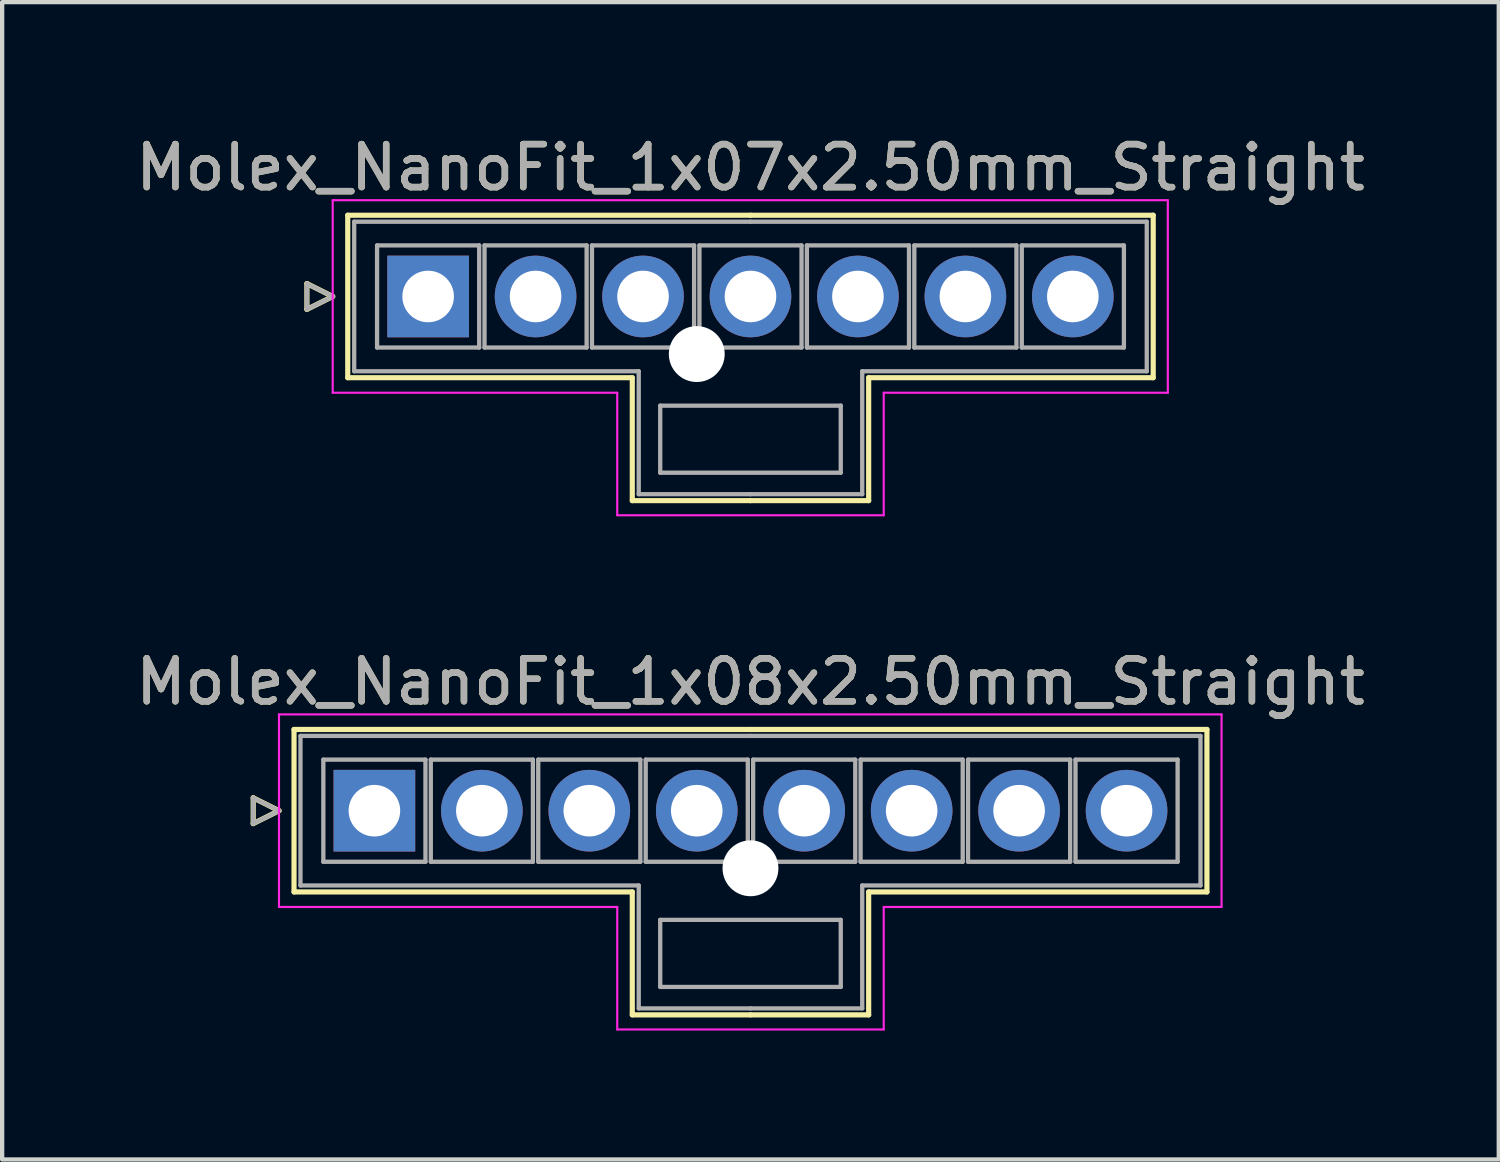
<source format=kicad_pcb>
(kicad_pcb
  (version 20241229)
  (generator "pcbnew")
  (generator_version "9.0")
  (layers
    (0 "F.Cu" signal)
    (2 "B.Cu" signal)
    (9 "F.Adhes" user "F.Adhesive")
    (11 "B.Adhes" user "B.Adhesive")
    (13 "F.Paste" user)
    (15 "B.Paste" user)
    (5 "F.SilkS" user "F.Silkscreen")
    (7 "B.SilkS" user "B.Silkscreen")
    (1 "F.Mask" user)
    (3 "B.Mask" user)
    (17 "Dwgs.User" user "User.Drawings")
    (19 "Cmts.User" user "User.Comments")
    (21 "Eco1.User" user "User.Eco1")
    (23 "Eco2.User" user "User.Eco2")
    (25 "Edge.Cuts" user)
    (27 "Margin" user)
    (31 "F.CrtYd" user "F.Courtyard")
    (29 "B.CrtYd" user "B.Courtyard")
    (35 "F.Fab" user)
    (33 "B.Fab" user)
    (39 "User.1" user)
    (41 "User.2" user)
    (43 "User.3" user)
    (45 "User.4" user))
  (footprint "Molex_NanoFit_1x08x2.50mm_Straight"
    (layer "F.Cu")
    (at 5.661 15.812)
    (property "Reference" "Molex_NanoFit_1x08x2.50mm_Straight" (at 8.75 -3 0) (layer "F.SilkS") (effects (font (size 1 1) (thickness 0.15))))
    (attr through_hole)
    (fp_line (start -2.82 -0.3) (end -2.22 0) (stroke (width 0.12) (type solid)) (layer "F.SilkS"))
    (fp_line (start -2.82 0.3) (end -2.82 -0.3) (stroke (width 0.12) (type solid)) (layer "F.SilkS"))
    (fp_line (start -2.22 0) (end -2.82 0.3) (stroke (width 0.12) (type solid)) (layer "F.SilkS"))
    (fp_line (start -1.87 -1.89) (end -1.87 1.89) (stroke (width 0.12) (type solid)) (layer "F.SilkS"))
    (fp_line (start -1.87 1.89) (end 6 1.89) (stroke (width 0.12) (type solid)) (layer "F.SilkS"))
    (fp_line (start 6 1.89) (end 6 4.75) (stroke (width 0.12) (type solid)) (layer "F.SilkS"))
    (fp_line (start 6 4.75) (end 8.75 4.75) (stroke (width 0.12) (type solid)) (layer "F.SilkS"))
    (fp_line (start 8.75 -1.89) (end -1.87 -1.89) (stroke (width 0.12) (type solid)) (layer "F.SilkS"))
    (fp_line (start 8.75 -1.89) (end 19.37 -1.89) (stroke (width 0.12) (type solid)) (layer "F.SilkS"))
    (fp_line (start 11.5 1.89) (end 11.5 4.75) (stroke (width 0.12) (type solid)) (layer "F.SilkS"))
    (fp_line (start 11.5 4.75) (end 8.75 4.75) (stroke (width 0.12) (type solid)) (layer "F.SilkS"))
    (fp_line (start 19.37 -1.89) (end 19.37 1.89) (stroke (width 0.12) (type solid)) (layer "F.SilkS"))
    (fp_line (start 19.37 1.89) (end 11.5 1.89) (stroke (width 0.12) (type solid)) (layer "F.SilkS"))
    (fp_line (start -2.22 -2.24) (end -2.22 2.24) (stroke (width 0.05) (type solid)) (layer "F.CrtYd"))
    (fp_line (start -2.22 2.24) (end 5.65 2.24) (stroke (width 0.05) (type solid)) (layer "F.CrtYd"))
    (fp_line (start 5.65 2.24) (end 5.65 5.09) (stroke (width 0.05) (type solid)) (layer "F.CrtYd"))
    (fp_line (start 5.65 5.09) (end 11.85 5.09) (stroke (width 0.05) (type solid)) (layer "F.CrtYd"))
    (fp_line (start 11.85 2.24) (end 19.71 2.24) (stroke (width 0.05) (type solid)) (layer "F.CrtYd"))
    (fp_line (start 11.85 5.09) (end 11.85 2.24) (stroke (width 0.05) (type solid)) (layer "F.CrtYd"))
    (fp_line (start 19.71 -2.24) (end -2.22 -2.24) (stroke (width 0.05) (type solid)) (layer "F.CrtYd"))
    (fp_line (start 19.71 2.24) (end 19.71 -2.24) (stroke (width 0.05) (type solid)) (layer "F.CrtYd"))
    (fp_line (start -2.82 -0.3) (end -2.22 0) (stroke (width 0.1) (type solid)) (layer "F.Fab"))
    (fp_line (start -2.82 0.3) (end -2.82 -0.3) (stroke (width 0.1) (type solid)) (layer "F.Fab"))
    (fp_line (start -2.22 0) (end -2.82 0.3) (stroke (width 0.1) (type solid)) (layer "F.Fab"))
    (fp_line (start -1.72 -1.74) (end -1.72 1.74) (stroke (width 0.1) (type solid)) (layer "F.Fab"))
    (fp_line (start -1.72 1.74) (end 6.15 1.74) (stroke (width 0.1) (type solid)) (layer "F.Fab"))
    (fp_line (start -1.188 -1.188) (end -1.188 1.188) (stroke (width 0.1) (type solid)) (layer "F.Fab"))
    (fp_line (start -1.188 1.188) (end 1.188 1.188) (stroke (width 0.1) (type solid)) (layer "F.Fab"))
    (fp_line (start 1.188 -1.188) (end -1.188 -1.188) (stroke (width 0.1) (type solid)) (layer "F.Fab"))
    (fp_line (start 1.188 1.188) (end 1.188 -1.188) (stroke (width 0.1) (type solid)) (layer "F.Fab"))
    (fp_line (start 1.312 -1.188) (end 1.312 1.188) (stroke (width 0.1) (type solid)) (layer "F.Fab"))
    (fp_line (start 1.312 1.188) (end 3.688 1.188) (stroke (width 0.1) (type solid)) (layer "F.Fab"))
    (fp_line (start 3.688 -1.188) (end 1.312 -1.188) (stroke (width 0.1) (type solid)) (layer "F.Fab"))
    (fp_line (start 3.688 1.188) (end 3.688 -1.188) (stroke (width 0.1) (type solid)) (layer "F.Fab"))
    (fp_line (start 3.812 -1.188) (end 3.812 1.188) (stroke (width 0.1) (type solid)) (layer "F.Fab"))
    (fp_line (start 3.812 1.188) (end 6.188 1.188) (stroke (width 0.1) (type solid)) (layer "F.Fab"))
    (fp_line (start 6.15 1.74) (end 6.15 4.6) (stroke (width 0.1) (type solid)) (layer "F.Fab"))
    (fp_line (start 6.15 4.6) (end 8.75 4.6) (stroke (width 0.1) (type solid)) (layer "F.Fab"))
    (fp_line (start 6.188 -1.188) (end 3.812 -1.188) (stroke (width 0.1) (type solid)) (layer "F.Fab"))
    (fp_line (start 6.188 1.188) (end 6.188 -1.188) (stroke (width 0.1) (type solid)) (layer "F.Fab"))
    (fp_line (start 6.312 -1.188) (end 6.312 1.188) (stroke (width 0.1) (type solid)) (layer "F.Fab"))
    (fp_line (start 6.312 1.188) (end 8.688 1.188) (stroke (width 0.1) (type solid)) (layer "F.Fab"))
    (fp_line (start 6.65 2.54) (end 6.65 4.1) (stroke (width 0.1) (type solid)) (layer "F.Fab"))
    (fp_line (start 6.65 4.1) (end 10.85 4.1) (stroke (width 0.1) (type solid)) (layer "F.Fab"))
    (fp_line (start 8.688 -1.188) (end 6.312 -1.188) (stroke (width 0.1) (type solid)) (layer "F.Fab"))
    (fp_line (start 8.688 1.188) (end 8.688 -1.188) (stroke (width 0.1) (type solid)) (layer "F.Fab"))
    (fp_line (start 8.75 -1.74) (end -1.72 -1.74) (stroke (width 0.1) (type solid)) (layer "F.Fab"))
    (fp_line (start 8.75 -1.74) (end 19.22 -1.74) (stroke (width 0.1) (type solid)) (layer "F.Fab"))
    (fp_line (start 8.812 -1.188) (end 8.812 1.188) (stroke (width 0.1) (type solid)) (layer "F.Fab"))
    (fp_line (start 8.812 1.188) (end 11.188 1.188) (stroke (width 0.1) (type solid)) (layer "F.Fab"))
    (fp_line (start 10.85 2.54) (end 6.65 2.54) (stroke (width 0.1) (type solid)) (layer "F.Fab"))
    (fp_line (start 10.85 4.1) (end 10.85 2.54) (stroke (width 0.1) (type solid)) (layer "F.Fab"))
    (fp_line (start 11.188 -1.188) (end 8.812 -1.188) (stroke (width 0.1) (type solid)) (layer "F.Fab"))
    (fp_line (start 11.188 1.188) (end 11.188 -1.188) (stroke (width 0.1) (type solid)) (layer "F.Fab"))
    (fp_line (start 11.312 -1.188) (end 11.312 1.188) (stroke (width 0.1) (type solid)) (layer "F.Fab"))
    (fp_line (start 11.312 1.188) (end 13.688 1.188) (stroke (width 0.1) (type solid)) (layer "F.Fab"))
    (fp_line (start 11.35 1.74) (end 11.35 4.6) (stroke (width 0.1) (type solid)) (layer "F.Fab"))
    (fp_line (start 11.35 4.6) (end 8.75 4.6) (stroke (width 0.1) (type solid)) (layer "F.Fab"))
    (fp_line (start 13.688 -1.188) (end 11.312 -1.188) (stroke (width 0.1) (type solid)) (layer "F.Fab"))
    (fp_line (start 13.688 1.188) (end 13.688 -1.188) (stroke (width 0.1) (type solid)) (layer "F.Fab"))
    (fp_line (start 13.812 -1.188) (end 13.812 1.188) (stroke (width 0.1) (type solid)) (layer "F.Fab"))
    (fp_line (start 13.812 1.188) (end 16.188 1.188) (stroke (width 0.1) (type solid)) (layer "F.Fab"))
    (fp_line (start 16.188 -1.188) (end 13.812 -1.188) (stroke (width 0.1) (type solid)) (layer "F.Fab"))
    (fp_line (start 16.188 1.188) (end 16.188 -1.188) (stroke (width 0.1) (type solid)) (layer "F.Fab"))
    (fp_line (start 16.312 -1.188) (end 16.312 1.188) (stroke (width 0.1) (type solid)) (layer "F.Fab"))
    (fp_line (start 16.312 1.188) (end 18.688 1.188) (stroke (width 0.1) (type solid)) (layer "F.Fab"))
    (fp_line (start 18.688 -1.188) (end 16.312 -1.188) (stroke (width 0.1) (type solid)) (layer "F.Fab"))
    (fp_line (start 18.688 1.188) (end 18.688 -1.188) (stroke (width 0.1) (type solid)) (layer "F.Fab"))
    (fp_line (start 19.22 -1.74) (end 19.22 1.74) (stroke (width 0.1) (type solid)) (layer "F.Fab"))
    (fp_line (start 19.22 1.74) (end 11.35 1.74) (stroke (width 0.1) (type solid)) (layer "F.Fab"))
    (fp_text user "${REFERENCE}" (at 8.75 -3 0) (layer "F.Fab") (effects (font (size 1 1) (thickness 0.15))))
    (pad "" np_thru_hole circle (at 8.75 1.34) (size 1.3 1.3) (drill 1.3) (layers "*.Cu" "*.Mask"))
    (pad "1" thru_hole rect (at 0 0) (size 1.9 1.9) (drill 1.2) (layers "*.Cu" "*.Mask"))
    (pad "2" thru_hole circle (at 2.5 0) (size 1.9 1.9) (drill 1.2) (layers "*.Cu" "*.Mask"))
    (pad "3" thru_hole circle (at 5 0) (size 1.9 1.9) (drill 1.2) (layers "*.Cu" "*.Mask"))
    (pad "4" thru_hole circle (at 7.5 0) (size 1.9 1.9) (drill 1.2) (layers "*.Cu" "*.Mask"))
    (pad "5" thru_hole circle (at 10 0) (size 1.9 1.9) (drill 1.2) (layers "*.Cu" "*.Mask"))
    (pad "6" thru_hole circle (at 12.5 0) (size 1.9 1.9) (drill 1.2) (layers "*.Cu" "*.Mask"))
    (pad "7" thru_hole circle (at 15 0) (size 1.9 1.9) (drill 1.2) (layers "*.Cu" "*.Mask"))
    (pad "8" thru_hole circle (at 17.5 0) (size 1.9 1.9) (drill 1.2) (layers "*.Cu" "*.Mask")))
  (footprint "Molex_NanoFit_1x07x2.50mm_Straight"
    (layer "F.Cu")
    (at 6.911 3.848)
    (property "Reference" "Molex_NanoFit_1x07x2.50mm_Straight" (at 7.5 -3 0) (layer "F.SilkS") (effects (font (size 1 1) (thickness 0.15))))
    (attr through_hole)
    (fp_line (start -2.82 -0.3) (end -2.22 0) (stroke (width 0.12) (type solid)) (layer "F.SilkS"))
    (fp_line (start -2.82 0.3) (end -2.82 -0.3) (stroke (width 0.12) (type solid)) (layer "F.SilkS"))
    (fp_line (start -2.22 0) (end -2.82 0.3) (stroke (width 0.12) (type solid)) (layer "F.SilkS"))
    (fp_line (start -1.87 -1.89) (end -1.87 1.89) (stroke (width 0.12) (type solid)) (layer "F.SilkS"))
    (fp_line (start -1.87 1.89) (end 4.75 1.89) (stroke (width 0.12) (type solid)) (layer "F.SilkS"))
    (fp_line (start 4.75 1.89) (end 4.75 4.75) (stroke (width 0.12) (type solid)) (layer "F.SilkS"))
    (fp_line (start 4.75 4.75) (end 7.5 4.75) (stroke (width 0.12) (type solid)) (layer "F.SilkS"))
    (fp_line (start 7.5 -1.89) (end -1.87 -1.89) (stroke (width 0.12) (type solid)) (layer "F.SilkS"))
    (fp_line (start 7.5 -1.89) (end 16.87 -1.89) (stroke (width 0.12) (type solid)) (layer "F.SilkS"))
    (fp_line (start 10.25 1.89) (end 10.25 4.75) (stroke (width 0.12) (type solid)) (layer "F.SilkS"))
    (fp_line (start 10.25 4.75) (end 7.5 4.75) (stroke (width 0.12) (type solid)) (layer "F.SilkS"))
    (fp_line (start 16.87 -1.89) (end 16.87 1.89) (stroke (width 0.12) (type solid)) (layer "F.SilkS"))
    (fp_line (start 16.87 1.89) (end 10.25 1.89) (stroke (width 0.12) (type solid)) (layer "F.SilkS"))
    (fp_line (start -2.22 -2.24) (end -2.22 2.24) (stroke (width 0.05) (type solid)) (layer "F.CrtYd"))
    (fp_line (start -2.22 2.24) (end 4.4 2.24) (stroke (width 0.05) (type solid)) (layer "F.CrtYd"))
    (fp_line (start 4.4 2.24) (end 4.4 5.09) (stroke (width 0.05) (type solid)) (layer "F.CrtYd"))
    (fp_line (start 4.4 5.09) (end 10.6 5.09) (stroke (width 0.05) (type solid)) (layer "F.CrtYd"))
    (fp_line (start 10.6 2.24) (end 17.21 2.24) (stroke (width 0.05) (type solid)) (layer "F.CrtYd"))
    (fp_line (start 10.6 5.09) (end 10.6 2.24) (stroke (width 0.05) (type solid)) (layer "F.CrtYd"))
    (fp_line (start 17.21 -2.24) (end -2.22 -2.24) (stroke (width 0.05) (type solid)) (layer "F.CrtYd"))
    (fp_line (start 17.21 2.24) (end 17.21 -2.24) (stroke (width 0.05) (type solid)) (layer "F.CrtYd"))
    (fp_line (start -2.82 -0.3) (end -2.22 0) (stroke (width 0.1) (type solid)) (layer "F.Fab"))
    (fp_line (start -2.82 0.3) (end -2.82 -0.3) (stroke (width 0.1) (type solid)) (layer "F.Fab"))
    (fp_line (start -2.22 0) (end -2.82 0.3) (stroke (width 0.1) (type solid)) (layer "F.Fab"))
    (fp_line (start -1.72 -1.74) (end -1.72 1.74) (stroke (width 0.1) (type solid)) (layer "F.Fab"))
    (fp_line (start -1.72 1.74) (end 4.9 1.74) (stroke (width 0.1) (type solid)) (layer "F.Fab"))
    (fp_line (start -1.188 -1.188) (end -1.188 1.188) (stroke (width 0.1) (type solid)) (layer "F.Fab"))
    (fp_line (start -1.188 1.188) (end 1.188 1.188) (stroke (width 0.1) (type solid)) (layer "F.Fab"))
    (fp_line (start 1.188 -1.188) (end -1.188 -1.188) (stroke (width 0.1) (type solid)) (layer "F.Fab"))
    (fp_line (start 1.188 1.188) (end 1.188 -1.188) (stroke (width 0.1) (type solid)) (layer "F.Fab"))
    (fp_line (start 1.312 -1.188) (end 1.312 1.188) (stroke (width 0.1) (type solid)) (layer "F.Fab"))
    (fp_line (start 1.312 1.188) (end 3.688 1.188) (stroke (width 0.1) (type solid)) (layer "F.Fab"))
    (fp_line (start 3.688 -1.188) (end 1.312 -1.188) (stroke (width 0.1) (type solid)) (layer "F.Fab"))
    (fp_line (start 3.688 1.188) (end 3.688 -1.188) (stroke (width 0.1) (type solid)) (layer "F.Fab"))
    (fp_line (start 3.812 -1.188) (end 3.812 1.188) (stroke (width 0.1) (type solid)) (layer "F.Fab"))
    (fp_line (start 3.812 1.188) (end 6.188 1.188) (stroke (width 0.1) (type solid)) (layer "F.Fab"))
    (fp_line (start 4.9 1.74) (end 4.9 4.6) (stroke (width 0.1) (type solid)) (layer "F.Fab"))
    (fp_line (start 4.9 4.6) (end 7.5 4.6) (stroke (width 0.1) (type solid)) (layer "F.Fab"))
    (fp_line (start 5.4 2.54) (end 5.4 4.1) (stroke (width 0.1) (type solid)) (layer "F.Fab"))
    (fp_line (start 5.4 4.1) (end 9.6 4.1) (stroke (width 0.1) (type solid)) (layer "F.Fab"))
    (fp_line (start 6.188 -1.188) (end 3.812 -1.188) (stroke (width 0.1) (type solid)) (layer "F.Fab"))
    (fp_line (start 6.188 1.188) (end 6.188 -1.188) (stroke (width 0.1) (type solid)) (layer "F.Fab"))
    (fp_line (start 6.312 -1.188) (end 6.312 1.188) (stroke (width 0.1) (type solid)) (layer "F.Fab"))
    (fp_line (start 6.312 1.188) (end 8.688 1.188) (stroke (width 0.1) (type solid)) (layer "F.Fab"))
    (fp_line (start 7.5 -1.74) (end -1.72 -1.74) (stroke (width 0.1) (type solid)) (layer "F.Fab"))
    (fp_line (start 7.5 -1.74) (end 16.72 -1.74) (stroke (width 0.1) (type solid)) (layer "F.Fab"))
    (fp_line (start 8.688 -1.188) (end 6.312 -1.188) (stroke (width 0.1) (type solid)) (layer "F.Fab"))
    (fp_line (start 8.688 1.188) (end 8.688 -1.188) (stroke (width 0.1) (type solid)) (layer "F.Fab"))
    (fp_line (start 8.812 -1.188) (end 8.812 1.188) (stroke (width 0.1) (type solid)) (layer "F.Fab"))
    (fp_line (start 8.812 1.188) (end 11.188 1.188) (stroke (width 0.1) (type solid)) (layer "F.Fab"))
    (fp_line (start 9.6 2.54) (end 5.4 2.54) (stroke (width 0.1) (type solid)) (layer "F.Fab"))
    (fp_line (start 9.6 4.1) (end 9.6 2.54) (stroke (width 0.1) (type solid)) (layer "F.Fab"))
    (fp_line (start 10.1 1.74) (end 10.1 4.6) (stroke (width 0.1) (type solid)) (layer "F.Fab"))
    (fp_line (start 10.1 4.6) (end 7.5 4.6) (stroke (width 0.1) (type solid)) (layer "F.Fab"))
    (fp_line (start 11.188 -1.188) (end 8.812 -1.188) (stroke (width 0.1) (type solid)) (layer "F.Fab"))
    (fp_line (start 11.188 1.188) (end 11.188 -1.188) (stroke (width 0.1) (type solid)) (layer "F.Fab"))
    (fp_line (start 11.312 -1.188) (end 11.312 1.188) (stroke (width 0.1) (type solid)) (layer "F.Fab"))
    (fp_line (start 11.312 1.188) (end 13.688 1.188) (stroke (width 0.1) (type solid)) (layer "F.Fab"))
    (fp_line (start 13.688 -1.188) (end 11.312 -1.188) (stroke (width 0.1) (type solid)) (layer "F.Fab"))
    (fp_line (start 13.688 1.188) (end 13.688 -1.188) (stroke (width 0.1) (type solid)) (layer "F.Fab"))
    (fp_line (start 13.812 -1.188) (end 13.812 1.188) (stroke (width 0.1) (type solid)) (layer "F.Fab"))
    (fp_line (start 13.812 1.188) (end 16.188 1.188) (stroke (width 0.1) (type solid)) (layer "F.Fab"))
    (fp_line (start 16.188 -1.188) (end 13.812 -1.188) (stroke (width 0.1) (type solid)) (layer "F.Fab"))
    (fp_line (start 16.188 1.188) (end 16.188 -1.188) (stroke (width 0.1) (type solid)) (layer "F.Fab"))
    (fp_line (start 16.72 -1.74) (end 16.72 1.74) (stroke (width 0.1) (type solid)) (layer "F.Fab"))
    (fp_line (start 16.72 1.74) (end 10.1 1.74) (stroke (width 0.1) (type solid)) (layer "F.Fab"))
    (fp_text user "${REFERENCE}" (at 7.5 -3 0) (layer "F.Fab") (effects (font (size 1 1) (thickness 0.15))))
    (pad "" np_thru_hole circle (at 6.25 1.34) (size 1.3 1.3) (drill 1.3) (layers "*.Cu" "*.Mask"))
    (pad "1" thru_hole rect (at 0 0) (size 1.9 1.9) (drill 1.2) (layers "*.Cu" "*.Mask"))
    (pad "2" thru_hole circle (at 2.5 0) (size 1.9 1.9) (drill 1.2) (layers "*.Cu" "*.Mask"))
    (pad "3" thru_hole circle (at 5 0) (size 1.9 1.9) (drill 1.2) (layers "*.Cu" "*.Mask"))
    (pad "4" thru_hole circle (at 7.5 0) (size 1.9 1.9) (drill 1.2) (layers "*.Cu" "*.Mask"))
    (pad "5" thru_hole circle (at 10 0) (size 1.9 1.9) (drill 1.2) (layers "*.Cu" "*.Mask"))
    (pad "6" thru_hole circle (at 12.5 0) (size 1.9 1.9) (drill 1.2) (layers "*.Cu" "*.Mask"))
    (pad "7" thru_hole circle (at 15 0) (size 1.9 1.9) (drill 1.2) (layers "*.Cu" "*.Mask")))
  (gr_rect
    (start -3 -3)
    (end 31.821 23.927)
    (stroke (width 0.1) (type default))
    (fill no)
    (layer "Edge.Cuts")))
</source>
